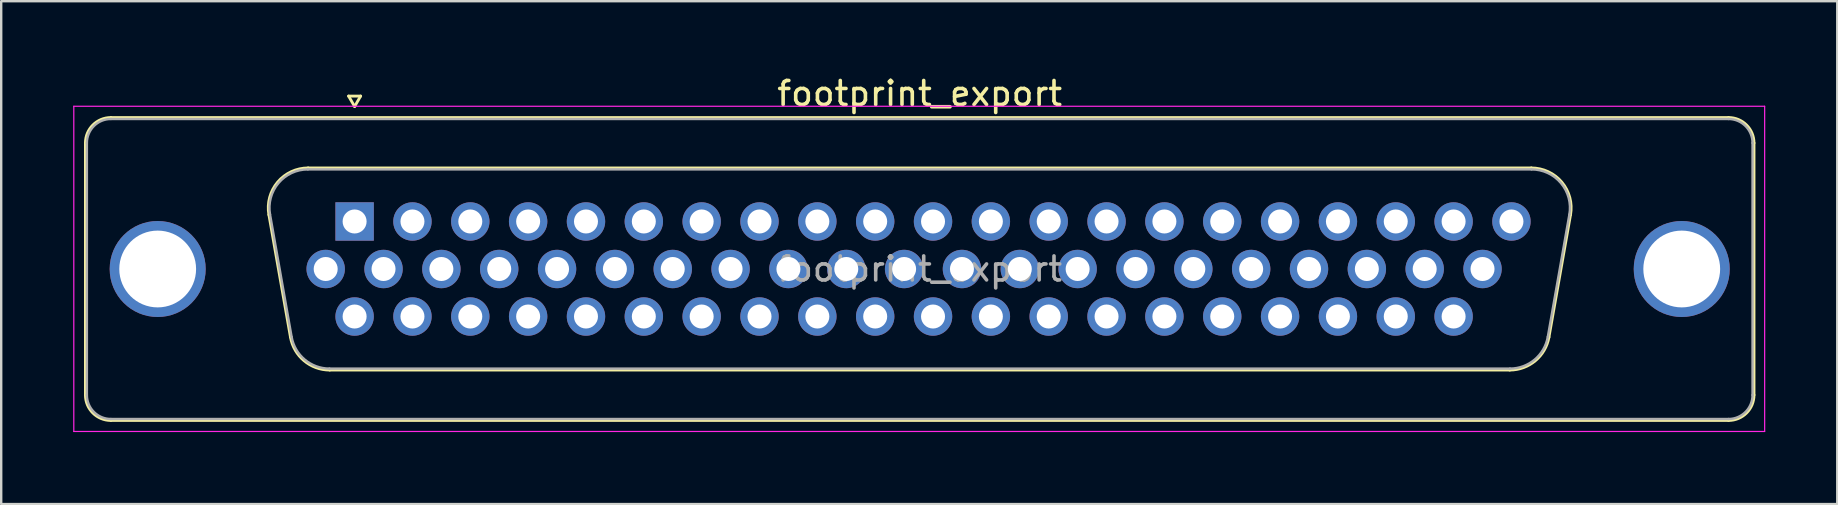
<source format=kicad_pcb>
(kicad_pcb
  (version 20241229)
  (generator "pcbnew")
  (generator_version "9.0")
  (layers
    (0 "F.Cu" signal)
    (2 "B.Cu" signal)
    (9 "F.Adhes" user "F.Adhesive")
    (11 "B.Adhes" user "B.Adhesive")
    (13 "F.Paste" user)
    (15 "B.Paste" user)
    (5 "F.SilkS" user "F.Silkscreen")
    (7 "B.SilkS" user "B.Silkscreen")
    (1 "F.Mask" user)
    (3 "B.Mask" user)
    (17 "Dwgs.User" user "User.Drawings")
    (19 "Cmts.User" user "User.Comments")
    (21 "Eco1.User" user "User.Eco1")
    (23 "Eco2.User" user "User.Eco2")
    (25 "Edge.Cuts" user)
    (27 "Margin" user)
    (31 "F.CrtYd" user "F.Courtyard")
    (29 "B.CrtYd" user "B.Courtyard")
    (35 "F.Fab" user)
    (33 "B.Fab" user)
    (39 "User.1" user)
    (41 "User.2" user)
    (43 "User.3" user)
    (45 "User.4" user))
  (footprint "footprint_export"
    (layer "F.Cu")
    (at 11.725 6.178)
    (property "Reference" "footprint_export" (at 23.545 -5.33 0) (layer "F.SilkS") (effects (font (size 1 1) (thickness 0.15))))
    (attr through_hole)
    (fp_line (start -11.215 7.23) (end -11.215 -3.27) (stroke (width 0.12) (type solid)) (layer "F.SilkS"))
    (fp_line (start -10.155 -4.33) (end 57.245 -4.33) (stroke (width 0.12) (type solid)) (layer "F.SilkS"))
    (fp_line (start -3.571 -0.282) (end -2.672 4.818) (stroke (width 0.12) (type solid)) (layer "F.SilkS"))
    (fp_line (start -1.937 -2.23) (end 49.027 -2.23) (stroke (width 0.12) (type solid)) (layer "F.SilkS"))
    (fp_line (start -1.037 6.19) (end 48.127 6.19) (stroke (width 0.12) (type solid)) (layer "F.SilkS"))
    (fp_line (start -0.25 -5.224) (end 0.25 -5.224) (stroke (width 0.12) (type solid)) (layer "F.SilkS"))
    (fp_line (start 0 -4.791) (end -0.25 -5.224) (stroke (width 0.12) (type solid)) (layer "F.SilkS"))
    (fp_line (start 0.25 -5.224) (end 0 -4.791) (stroke (width 0.12) (type solid)) (layer "F.SilkS"))
    (fp_line (start 50.661 -0.282) (end 49.762 4.818) (stroke (width 0.12) (type solid)) (layer "F.SilkS"))
    (fp_line (start 57.245 8.29) (end -10.155 8.29) (stroke (width 0.12) (type solid)) (layer "F.SilkS"))
    (fp_line (start 58.305 -3.27) (end 58.305 7.23) (stroke (width 0.12) (type solid)) (layer "F.SilkS"))
    (fp_arc (start -11.215 -3.27) (mid -10.904533 -4.019533) (end -10.155 -4.33) (stroke (width 0.12) (type solid)) (layer "F.SilkS"))
    (fp_arc (start -10.155 8.29) (mid -10.904533 7.979533) (end -11.215 7.23) (stroke (width 0.12) (type solid)) (layer "F.SilkS"))
    (fp_arc (start -3.57147 -0.281744) (mid -3.208323 -1.637028) (end -1.936689 -2.23) (stroke (width 0.12) (type solid)) (layer "F.SilkS"))
    (fp_arc (start -1.037421 6.19) (mid -2.104448 5.801634) (end -2.672202 4.818256) (stroke (width 0.12) (type solid)) (layer "F.SilkS"))
    (fp_arc (start 49.026689 -2.23) (mid 50.298323 -1.637027) (end 50.66147 -0.281744) (stroke (width 0.12) (type solid)) (layer "F.SilkS"))
    (fp_arc (start 49.762202 4.818256) (mid 49.194449 5.801634) (end 48.127421 6.19) (stroke (width 0.12) (type solid)) (layer "F.SilkS"))
    (fp_arc (start 57.245 -4.33) (mid 57.994533 -4.019533) (end 58.305 -3.27) (stroke (width 0.12) (type solid)) (layer "F.SilkS"))
    (fp_arc (start 58.305 7.23) (mid 57.994533 7.979533) (end 57.245 8.29) (stroke (width 0.12) (type solid)) (layer "F.SilkS"))
    (fp_line (start -11.7 -4.8) (end -11.7 8.75) (stroke (width 0.05) (type solid)) (layer "F.CrtYd"))
    (fp_line (start -11.7 8.75) (end 58.75 8.75) (stroke (width 0.05) (type solid)) (layer "F.CrtYd"))
    (fp_line (start 58.75 -4.8) (end -11.7 -4.8) (stroke (width 0.05) (type solid)) (layer "F.CrtYd"))
    (fp_line (start 58.75 8.75) (end 58.75 -4.8) (stroke (width 0.05) (type solid)) (layer "F.CrtYd"))
    (fp_line (start -11.155 7.23) (end -11.155 -3.27) (stroke (width 0.1) (type solid)) (layer "F.Fab"))
    (fp_line (start -10.155 -4.27) (end 57.245 -4.27) (stroke (width 0.1) (type solid)) (layer "F.Fab"))
    (fp_line (start -3.524 -0.292) (end -2.625 4.808) (stroke (width 0.1) (type solid)) (layer "F.Fab"))
    (fp_line (start -1.948 -2.17) (end 49.038 -2.17) (stroke (width 0.1) (type solid)) (layer "F.Fab"))
    (fp_line (start -1.049 6.13) (end 48.139 6.13) (stroke (width 0.1) (type solid)) (layer "F.Fab"))
    (fp_line (start 50.614 -0.292) (end 49.715 4.808) (stroke (width 0.1) (type solid)) (layer "F.Fab"))
    (fp_line (start 57.245 8.23) (end -10.155 8.23) (stroke (width 0.1) (type solid)) (layer "F.Fab"))
    (fp_line (start 58.245 -3.27) (end 58.245 7.23) (stroke (width 0.1) (type solid)) (layer "F.Fab"))
    (fp_arc (start -11.155 -3.27) (mid -10.862107 -3.977107) (end -10.155 -4.27) (stroke (width 0.1) (type solid)) (layer "F.Fab"))
    (fp_arc (start -10.155 8.23) (mid -10.862107 7.937107) (end -11.155 7.23) (stroke (width 0.1) (type solid)) (layer "F.Fab"))
    (fp_arc (start -3.523886 -0.292163) (mid -3.173865 -1.59846) (end -1.948194 -2.17) (stroke (width 0.1) (type solid)) (layer "F.Fab"))
    (fp_arc (start -1.048927 6.13) (mid -2.077387 5.755671) (end -2.624619 4.807837) (stroke (width 0.1) (type solid)) (layer "F.Fab"))
    (fp_arc (start 49.038194 -2.17) (mid 50.263865 -1.59846) (end 50.613886 -0.292163) (stroke (width 0.1) (type solid)) (layer "F.Fab"))
    (fp_arc (start 49.714619 4.807837) (mid 49.167387 5.755671) (end 48.138927 6.13) (stroke (width 0.1) (type solid)) (layer "F.Fab"))
    (fp_arc (start 57.245 -4.27) (mid 57.952107 -3.977107) (end 58.245 -3.27) (stroke (width 0.1) (type solid)) (layer "F.Fab"))
    (fp_arc (start 58.245 7.23) (mid 57.952107 7.937107) (end 57.245 8.23) (stroke (width 0.1) (type solid)) (layer "F.Fab"))
    (fp_text user "${REFERENCE}" (at 23.545 1.98 0) (layer "F.Fab") (effects (font (size 1 1) (thickness 0.15))))
    (pad "0" thru_hole circle (at -8.205 1.98) (size 4 4) (drill 3.2) (layers "*.Cu" "*.Mask"))
    (pad "0" thru_hole circle (at 55.295 1.98) (size 4 4) (drill 3.2) (layers "*.Cu" "*.Mask"))
    (pad "1" thru_hole rect (at 0 0) (size 1.6 1.6) (drill 1) (layers "*.Cu" "*.Mask"))
    (pad "2" thru_hole circle (at 2.41 0) (size 1.6 1.6) (drill 1) (layers "*.Cu" "*.Mask"))
    (pad "3" thru_hole circle (at 4.82 0) (size 1.6 1.6) (drill 1) (layers "*.Cu" "*.Mask"))
    (pad "4" thru_hole circle (at 7.23 0) (size 1.6 1.6) (drill 1) (layers "*.Cu" "*.Mask"))
    (pad "5" thru_hole circle (at 9.64 0) (size 1.6 1.6) (drill 1) (layers "*.Cu" "*.Mask"))
    (pad "6" thru_hole circle (at 12.05 0) (size 1.6 1.6) (drill 1) (layers "*.Cu" "*.Mask"))
    (pad "7" thru_hole circle (at 14.46 0) (size 1.6 1.6) (drill 1) (layers "*.Cu" "*.Mask"))
    (pad "8" thru_hole circle (at 16.87 0) (size 1.6 1.6) (drill 1) (layers "*.Cu" "*.Mask"))
    (pad "9" thru_hole circle (at 19.28 0) (size 1.6 1.6) (drill 1) (layers "*.Cu" "*.Mask"))
    (pad "10" thru_hole circle (at 21.69 0) (size 1.6 1.6) (drill 1) (layers "*.Cu" "*.Mask"))
    (pad "11" thru_hole circle (at 24.1 0) (size 1.6 1.6) (drill 1) (layers "*.Cu" "*.Mask"))
    (pad "12" thru_hole circle (at 26.51 0) (size 1.6 1.6) (drill 1) (layers "*.Cu" "*.Mask"))
    (pad "13" thru_hole circle (at 28.92 0) (size 1.6 1.6) (drill 1) (layers "*.Cu" "*.Mask"))
    (pad "14" thru_hole circle (at 31.33 0) (size 1.6 1.6) (drill 1) (layers "*.Cu" "*.Mask"))
    (pad "15" thru_hole circle (at 33.74 0) (size 1.6 1.6) (drill 1) (layers "*.Cu" "*.Mask"))
    (pad "16" thru_hole circle (at 36.15 0) (size 1.6 1.6) (drill 1) (layers "*.Cu" "*.Mask"))
    (pad "17" thru_hole circle (at 38.56 0) (size 1.6 1.6) (drill 1) (layers "*.Cu" "*.Mask"))
    (pad "18" thru_hole circle (at 40.97 0) (size 1.6 1.6) (drill 1) (layers "*.Cu" "*.Mask"))
    (pad "19" thru_hole circle (at 43.38 0) (size 1.6 1.6) (drill 1) (layers "*.Cu" "*.Mask"))
    (pad "20" thru_hole circle (at 45.79 0) (size 1.6 1.6) (drill 1) (layers "*.Cu" "*.Mask"))
    (pad "21" thru_hole circle (at 48.2 0) (size 1.6 1.6) (drill 1) (layers "*.Cu" "*.Mask"))
    (pad "22" thru_hole circle (at -1.205 1.98) (size 1.6 1.6) (drill 1) (layers "*.Cu" "*.Mask"))
    (pad "23" thru_hole circle (at 1.205 1.98) (size 1.6 1.6) (drill 1) (layers "*.Cu" "*.Mask"))
    (pad "24" thru_hole circle (at 3.615 1.98) (size 1.6 1.6) (drill 1) (layers "*.Cu" "*.Mask"))
    (pad "25" thru_hole circle (at 6.025 1.98) (size 1.6 1.6) (drill 1) (layers "*.Cu" "*.Mask"))
    (pad "26" thru_hole circle (at 8.435 1.98) (size 1.6 1.6) (drill 1) (layers "*.Cu" "*.Mask"))
    (pad "27" thru_hole circle (at 10.845 1.98) (size 1.6 1.6) (drill 1) (layers "*.Cu" "*.Mask"))
    (pad "28" thru_hole circle (at 13.255 1.98) (size 1.6 1.6) (drill 1) (layers "*.Cu" "*.Mask"))
    (pad "29" thru_hole circle (at 15.665 1.98) (size 1.6 1.6) (drill 1) (layers "*.Cu" "*.Mask"))
    (pad "30" thru_hole circle (at 18.075 1.98) (size 1.6 1.6) (drill 1) (layers "*.Cu" "*.Mask"))
    (pad "31" thru_hole circle (at 20.485 1.98) (size 1.6 1.6) (drill 1) (layers "*.Cu" "*.Mask"))
    (pad "32" thru_hole circle (at 22.895 1.98) (size 1.6 1.6) (drill 1) (layers "*.Cu" "*.Mask"))
    (pad "33" thru_hole circle (at 25.305 1.98) (size 1.6 1.6) (drill 1) (layers "*.Cu" "*.Mask"))
    (pad "34" thru_hole circle (at 27.715 1.98) (size 1.6 1.6) (drill 1) (layers "*.Cu" "*.Mask"))
    (pad "35" thru_hole circle (at 30.125 1.98) (size 1.6 1.6) (drill 1) (layers "*.Cu" "*.Mask"))
    (pad "36" thru_hole circle (at 32.535 1.98) (size 1.6 1.6) (drill 1) (layers "*.Cu" "*.Mask"))
    (pad "37" thru_hole circle (at 34.945 1.98) (size 1.6 1.6) (drill 1) (layers "*.Cu" "*.Mask"))
    (pad "38" thru_hole circle (at 37.355 1.98) (size 1.6 1.6) (drill 1) (layers "*.Cu" "*.Mask"))
    (pad "39" thru_hole circle (at 39.765 1.98) (size 1.6 1.6) (drill 1) (layers "*.Cu" "*.Mask"))
    (pad "40" thru_hole circle (at 42.175 1.98) (size 1.6 1.6) (drill 1) (layers "*.Cu" "*.Mask"))
    (pad "41" thru_hole circle (at 44.585 1.98) (size 1.6 1.6) (drill 1) (layers "*.Cu" "*.Mask"))
    (pad "42" thru_hole circle (at 46.995 1.98) (size 1.6 1.6) (drill 1) (layers "*.Cu" "*.Mask"))
    (pad "43" thru_hole circle (at 0 3.96) (size 1.6 1.6) (drill 1) (layers "*.Cu" "*.Mask"))
    (pad "44" thru_hole circle (at 2.41 3.96) (size 1.6 1.6) (drill 1) (layers "*.Cu" "*.Mask"))
    (pad "45" thru_hole circle (at 4.82 3.96) (size 1.6 1.6) (drill 1) (layers "*.Cu" "*.Mask"))
    (pad "46" thru_hole circle (at 7.23 3.96) (size 1.6 1.6) (drill 1) (layers "*.Cu" "*.Mask"))
    (pad "47" thru_hole circle (at 9.64 3.96) (size 1.6 1.6) (drill 1) (layers "*.Cu" "*.Mask"))
    (pad "48" thru_hole circle (at 12.05 3.96) (size 1.6 1.6) (drill 1) (layers "*.Cu" "*.Mask"))
    (pad "49" thru_hole circle (at 14.46 3.96) (size 1.6 1.6) (drill 1) (layers "*.Cu" "*.Mask"))
    (pad "50" thru_hole circle (at 16.87 3.96) (size 1.6 1.6) (drill 1) (layers "*.Cu" "*.Mask"))
    (pad "51" thru_hole circle (at 19.28 3.96) (size 1.6 1.6) (drill 1) (layers "*.Cu" "*.Mask"))
    (pad "52" thru_hole circle (at 21.69 3.96) (size 1.6 1.6) (drill 1) (layers "*.Cu" "*.Mask"))
    (pad "53" thru_hole circle (at 24.1 3.96) (size 1.6 1.6) (drill 1) (layers "*.Cu" "*.Mask"))
    (pad "54" thru_hole circle (at 26.51 3.96) (size 1.6 1.6) (drill 1) (layers "*.Cu" "*.Mask"))
    (pad "55" thru_hole circle (at 28.92 3.96) (size 1.6 1.6) (drill 1) (layers "*.Cu" "*.Mask"))
    (pad "56" thru_hole circle (at 31.33 3.96) (size 1.6 1.6) (drill 1) (layers "*.Cu" "*.Mask"))
    (pad "57" thru_hole circle (at 33.74 3.96) (size 1.6 1.6) (drill 1) (layers "*.Cu" "*.Mask"))
    (pad "58" thru_hole circle (at 36.15 3.96) (size 1.6 1.6) (drill 1) (layers "*.Cu" "*.Mask"))
    (pad "59" thru_hole circle (at 38.56 3.96) (size 1.6 1.6) (drill 1) (layers "*.Cu" "*.Mask"))
    (pad "60" thru_hole circle (at 40.97 3.96) (size 1.6 1.6) (drill 1) (layers "*.Cu" "*.Mask"))
    (pad "61" thru_hole circle (at 43.38 3.96) (size 1.6 1.6) (drill 1) (layers "*.Cu" "*.Mask"))
    (pad "62" thru_hole circle (at 45.79 3.96) (size 1.6 1.6) (drill 1) (layers "*.Cu" "*.Mask")))
  (gr_rect
    (start -3 -3)
    (end 73.5 17.953)
    (stroke (width 0.1) (type default))
    (fill no)
    (layer "Edge.Cuts")))
</source>
